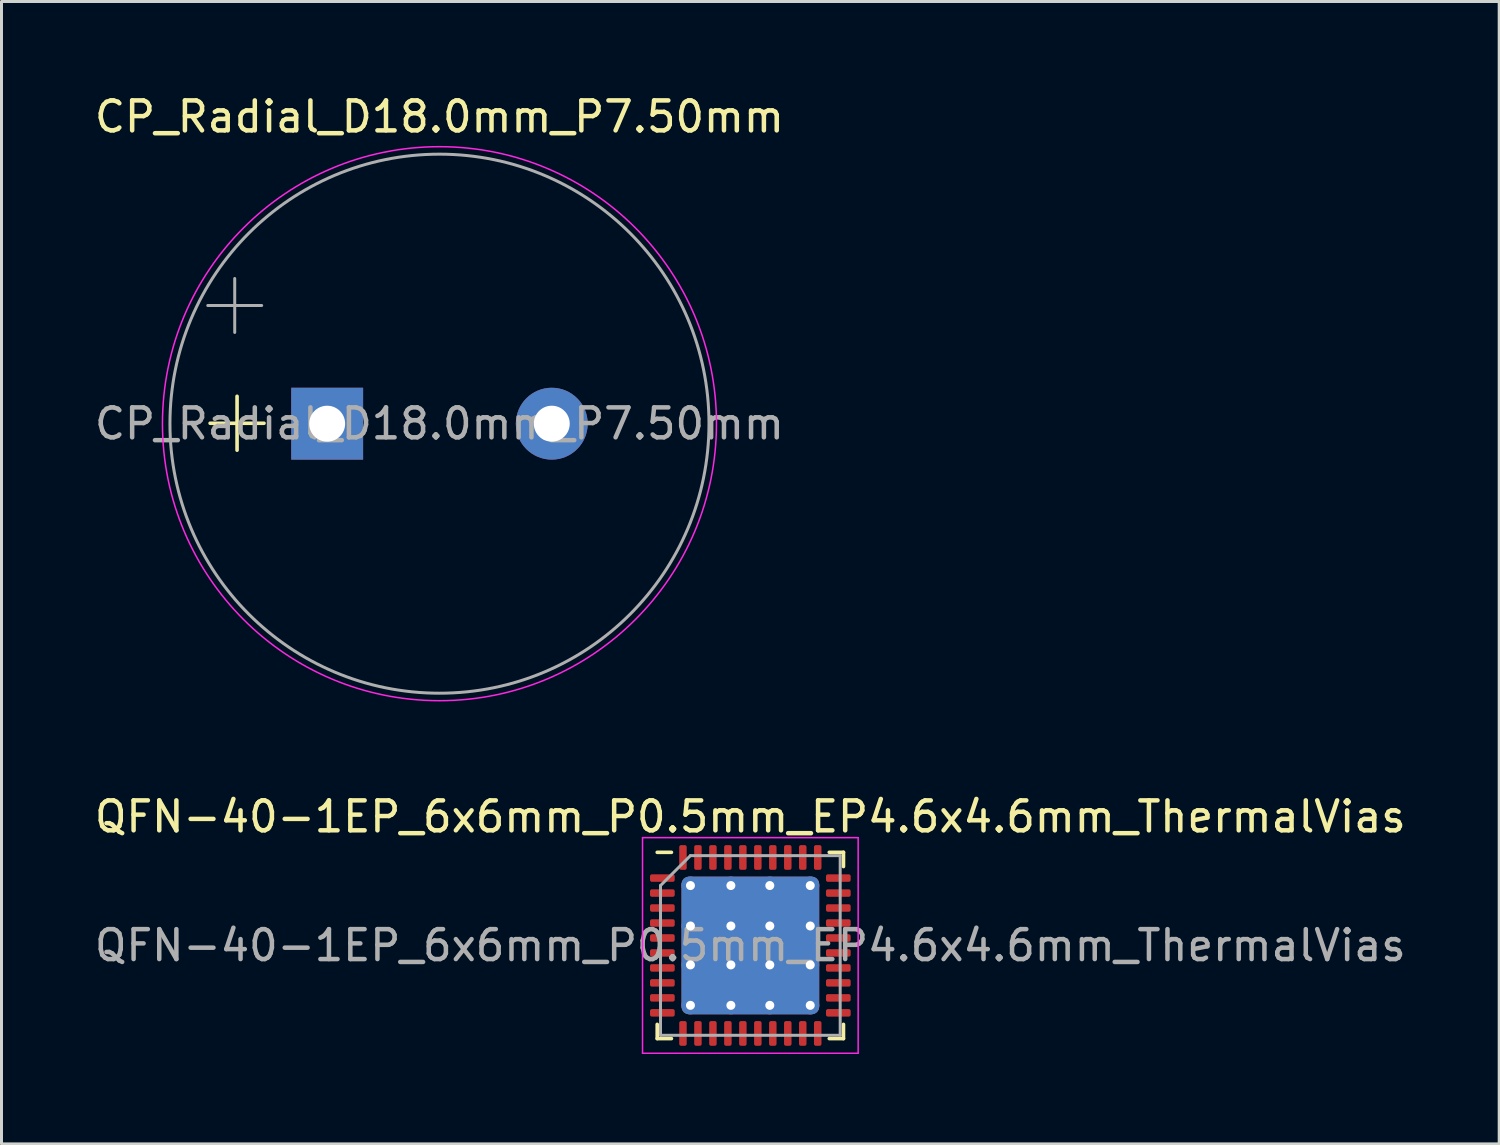
<source format=kicad_pcb>
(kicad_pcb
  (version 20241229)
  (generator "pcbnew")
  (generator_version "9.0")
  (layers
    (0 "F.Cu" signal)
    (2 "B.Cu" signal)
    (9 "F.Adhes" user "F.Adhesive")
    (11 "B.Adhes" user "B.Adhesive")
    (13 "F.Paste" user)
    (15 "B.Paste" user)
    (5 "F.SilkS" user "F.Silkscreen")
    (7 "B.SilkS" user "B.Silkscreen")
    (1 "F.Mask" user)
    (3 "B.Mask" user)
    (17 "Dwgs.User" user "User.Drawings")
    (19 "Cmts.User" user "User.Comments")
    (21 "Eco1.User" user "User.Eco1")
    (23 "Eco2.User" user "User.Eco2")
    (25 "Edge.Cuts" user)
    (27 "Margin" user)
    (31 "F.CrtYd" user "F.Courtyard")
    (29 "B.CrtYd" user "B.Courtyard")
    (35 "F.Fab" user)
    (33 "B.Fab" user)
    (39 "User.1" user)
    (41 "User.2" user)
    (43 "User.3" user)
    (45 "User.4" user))
  (footprint "QFN-40-1EP_6x6mm_P0.5mm_EP4.6x4.6mm_ThermalVias"
    (layer "F.Cu")
    (at 22.006 28.521)
    (property "Reference" "QFN-40-1EP_6x6mm_P0.5mm_EP4.6x4.6mm_ThermalVias" (at 0 -4.3 0) (layer "F.SilkS") (effects (font (size 1 1) (thickness 0.15))))
    (attr smd)
    (fp_line (start -3.11 3.11) (end -3.11 2.635) (stroke (width 0.12) (type solid)) (layer "F.SilkS"))
    (fp_line (start -2.635 -3.11) (end -3.11 -3.11) (stroke (width 0.12) (type solid)) (layer "F.SilkS"))
    (fp_line (start -2.635 3.11) (end -3.11 3.11) (stroke (width 0.12) (type solid)) (layer "F.SilkS"))
    (fp_line (start 2.635 -3.11) (end 3.11 -3.11) (stroke (width 0.12) (type solid)) (layer "F.SilkS"))
    (fp_line (start 2.635 3.11) (end 3.11 3.11) (stroke (width 0.12) (type solid)) (layer "F.SilkS"))
    (fp_line (start 3.11 -3.11) (end 3.11 -2.635) (stroke (width 0.12) (type solid)) (layer "F.SilkS"))
    (fp_line (start 3.11 3.11) (end 3.11 2.635) (stroke (width 0.12) (type solid)) (layer "F.SilkS"))
    (fp_line (start -3.6 -3.6) (end -3.6 3.6) (stroke (width 0.05) (type solid)) (layer "F.CrtYd"))
    (fp_line (start -3.6 3.6) (end 3.6 3.6) (stroke (width 0.05) (type solid)) (layer "F.CrtYd"))
    (fp_line (start 3.6 -3.6) (end -3.6 -3.6) (stroke (width 0.05) (type solid)) (layer "F.CrtYd"))
    (fp_line (start 3.6 3.6) (end 3.6 -3.6) (stroke (width 0.05) (type solid)) (layer "F.CrtYd"))
    (fp_line (start -3 -2) (end -2 -3) (stroke (width 0.1) (type solid)) (layer "F.Fab"))
    (fp_line (start -3 3) (end -3 -2) (stroke (width 0.1) (type solid)) (layer "F.Fab"))
    (fp_line (start -2 -3) (end 3 -3) (stroke (width 0.1) (type solid)) (layer "F.Fab"))
    (fp_line (start 3 -3) (end 3 3) (stroke (width 0.1) (type solid)) (layer "F.Fab"))
    (fp_line (start 3 3) (end -3 3) (stroke (width 0.1) (type solid)) (layer "F.Fab"))
    (fp_text user "${REFERENCE}" (at 0 0 0) (layer "F.Fab") (effects (font (size 1 1) (thickness 0.15))))
    (pad "" smd custom (at -1.538 -1.538) (size 0.786 0.786) (layers "F.Paste") (options (anchor circle)) (primitives (gr_poly (pts (xy -0.34 -0.253) (xy -0.253 -0.34) (xy 0.253 -0.34) (xy 0.34 -0.253) (xy 0.34 0.253) (xy 0.253 0.34) (xy -0.253 0.34) (xy -0.34 0.253)) (width 0.21) (fill yes))))
    (pad "" smd custom (at -1.538 -0.512) (size 0.786 0.786) (layers "F.Paste") (options (anchor circle)) (primitives (gr_poly (pts (xy -0.34 -0.253) (xy -0.253 -0.34) (xy 0.253 -0.34) (xy 0.34 -0.253) (xy 0.34 0.253) (xy 0.253 0.34) (xy -0.253 0.34) (xy -0.34 0.253)) (width 0.21) (fill yes))))
    (pad "" smd custom (at -1.538 0.512) (size 0.786 0.786) (layers "F.Paste") (options (anchor circle)) (primitives (gr_poly (pts (xy -0.34 -0.253) (xy -0.253 -0.34) (xy 0.253 -0.34) (xy 0.34 -0.253) (xy 0.34 0.253) (xy 0.253 0.34) (xy -0.253 0.34) (xy -0.34 0.253)) (width 0.21) (fill yes))))
    (pad "" smd custom (at -1.538 1.538) (size 0.786 0.786) (layers "F.Paste") (options (anchor circle)) (primitives (gr_poly (pts (xy -0.34 -0.253) (xy -0.253 -0.34) (xy 0.253 -0.34) (xy 0.34 -0.253) (xy 0.34 0.253) (xy 0.253 0.34) (xy -0.253 0.34) (xy -0.34 0.253)) (width 0.21) (fill yes))))
    (pad "" smd custom (at -0.512 -1.538) (size 0.786 0.786) (layers "F.Paste") (options (anchor circle)) (primitives (gr_poly (pts (xy -0.34 -0.253) (xy -0.253 -0.34) (xy 0.253 -0.34) (xy 0.34 -0.253) (xy 0.34 0.253) (xy 0.253 0.34) (xy -0.253 0.34) (xy -0.34 0.253)) (width 0.21) (fill yes))))
    (pad "" smd custom (at -0.512 -0.512) (size 0.786 0.786) (layers "F.Paste") (options (anchor circle)) (primitives (gr_poly (pts (xy -0.34 -0.253) (xy -0.253 -0.34) (xy 0.253 -0.34) (xy 0.34 -0.253) (xy 0.34 0.253) (xy 0.253 0.34) (xy -0.253 0.34) (xy -0.34 0.253)) (width 0.21) (fill yes))))
    (pad "" smd custom (at -0.512 0.512) (size 0.786 0.786) (layers "F.Paste") (options (anchor circle)) (primitives (gr_poly (pts (xy -0.34 -0.253) (xy -0.253 -0.34) (xy 0.253 -0.34) (xy 0.34 -0.253) (xy 0.34 0.253) (xy 0.253 0.34) (xy -0.253 0.34) (xy -0.34 0.253)) (width 0.21) (fill yes))))
    (pad "" smd custom (at -0.512 1.538) (size 0.786 0.786) (layers "F.Paste") (options (anchor circle)) (primitives (gr_poly (pts (xy -0.34 -0.253) (xy -0.253 -0.34) (xy 0.253 -0.34) (xy 0.34 -0.253) (xy 0.34 0.253) (xy 0.253 0.34) (xy -0.253 0.34) (xy -0.34 0.253)) (width 0.21) (fill yes))))
    (pad "" smd custom (at 0.512 -1.538) (size 0.786 0.786) (layers "F.Paste") (options (anchor circle)) (primitives (gr_poly (pts (xy -0.34 -0.253) (xy -0.253 -0.34) (xy 0.253 -0.34) (xy 0.34 -0.253) (xy 0.34 0.253) (xy 0.253 0.34) (xy -0.253 0.34) (xy -0.34 0.253)) (width 0.21) (fill yes))))
    (pad "" smd custom (at 0.512 -0.512) (size 0.786 0.786) (layers "F.Paste") (options (anchor circle)) (primitives (gr_poly (pts (xy -0.34 -0.253) (xy -0.253 -0.34) (xy 0.253 -0.34) (xy 0.34 -0.253) (xy 0.34 0.253) (xy 0.253 0.34) (xy -0.253 0.34) (xy -0.34 0.253)) (width 0.21) (fill yes))))
    (pad "" smd custom (at 0.512 0.512) (size 0.786 0.786) (layers "F.Paste") (options (anchor circle)) (primitives (gr_poly (pts (xy -0.34 -0.253) (xy -0.253 -0.34) (xy 0.253 -0.34) (xy 0.34 -0.253) (xy 0.34 0.253) (xy 0.253 0.34) (xy -0.253 0.34) (xy -0.34 0.253)) (width 0.21) (fill yes))))
    (pad "" smd custom (at 0.512 1.538) (size 0.786 0.786) (layers "F.Paste") (options (anchor circle)) (primitives (gr_poly (pts (xy -0.34 -0.253) (xy -0.253 -0.34) (xy 0.253 -0.34) (xy 0.34 -0.253) (xy 0.34 0.253) (xy 0.253 0.34) (xy -0.253 0.34) (xy -0.34 0.253)) (width 0.21) (fill yes))))
    (pad "" smd custom (at 1.538 -1.538) (size 0.786 0.786) (layers "F.Paste") (options (anchor circle)) (primitives (gr_poly (pts (xy -0.34 -0.253) (xy -0.253 -0.34) (xy 0.253 -0.34) (xy 0.34 -0.253) (xy 0.34 0.253) (xy 0.253 0.34) (xy -0.253 0.34) (xy -0.34 0.253)) (width 0.21) (fill yes))))
    (pad "" smd custom (at 1.538 -0.512) (size 0.786 0.786) (layers "F.Paste") (options (anchor circle)) (primitives (gr_poly (pts (xy -0.34 -0.253) (xy -0.253 -0.34) (xy 0.253 -0.34) (xy 0.34 -0.253) (xy 0.34 0.253) (xy 0.253 0.34) (xy -0.253 0.34) (xy -0.34 0.253)) (width 0.21) (fill yes))))
    (pad "" smd custom (at 1.538 0.512) (size 0.786 0.786) (layers "F.Paste") (options (anchor circle)) (primitives (gr_poly (pts (xy -0.34 -0.253) (xy -0.253 -0.34) (xy 0.253 -0.34) (xy 0.34 -0.253) (xy 0.34 0.253) (xy 0.253 0.34) (xy -0.253 0.34) (xy -0.34 0.253)) (width 0.21) (fill yes))))
    (pad "" smd custom (at 1.538 1.538) (size 0.786 0.786) (layers "F.Paste") (options (anchor circle)) (primitives (gr_poly (pts (xy -0.34 -0.253) (xy -0.253 -0.34) (xy 0.253 -0.34) (xy 0.34 -0.253) (xy 0.34 0.253) (xy 0.253 0.34) (xy -0.253 0.34) (xy -0.34 0.253)) (width 0.21) (fill yes))))
    (pad "1" smd roundrect (at -2.938 -2.25) (size 0.825 0.25) (layers "F.Cu" "F.Mask" "F.Paste") (roundrect_rratio 0.25))
    (pad "2" smd roundrect (at -2.938 -1.75) (size 0.825 0.25) (layers "F.Cu" "F.Mask" "F.Paste") (roundrect_rratio 0.25))
    (pad "3" smd roundrect (at -2.938 -1.25) (size 0.825 0.25) (layers "F.Cu" "F.Mask" "F.Paste") (roundrect_rratio 0.25))
    (pad "4" smd roundrect (at -2.938 -0.75) (size 0.825 0.25) (layers "F.Cu" "F.Mask" "F.Paste") (roundrect_rratio 0.25))
    (pad "5" smd roundrect (at -2.938 -0.25) (size 0.825 0.25) (layers "F.Cu" "F.Mask" "F.Paste") (roundrect_rratio 0.25))
    (pad "6" smd roundrect (at -2.938 0.25) (size 0.825 0.25) (layers "F.Cu" "F.Mask" "F.Paste") (roundrect_rratio 0.25))
    (pad "7" smd roundrect (at -2.938 0.75) (size 0.825 0.25) (layers "F.Cu" "F.Mask" "F.Paste") (roundrect_rratio 0.25))
    (pad "8" smd roundrect (at -2.938 1.25) (size 0.825 0.25) (layers "F.Cu" "F.Mask" "F.Paste") (roundrect_rratio 0.25))
    (pad "9" smd roundrect (at -2.938 1.75) (size 0.825 0.25) (layers "F.Cu" "F.Mask" "F.Paste") (roundrect_rratio 0.25))
    (pad "10" smd roundrect (at -2.938 2.25) (size 0.825 0.25) (layers "F.Cu" "F.Mask" "F.Paste") (roundrect_rratio 0.25))
    (pad "11" smd roundrect (at -2.25 2.938) (size 0.25 0.825) (layers "F.Cu" "F.Mask" "F.Paste") (roundrect_rratio 0.25))
    (pad "12" smd roundrect (at -1.75 2.938) (size 0.25 0.825) (layers "F.Cu" "F.Mask" "F.Paste") (roundrect_rratio 0.25))
    (pad "13" smd roundrect (at -1.25 2.938) (size 0.25 0.825) (layers "F.Cu" "F.Mask" "F.Paste") (roundrect_rratio 0.25))
    (pad "14" smd roundrect (at -0.75 2.938) (size 0.25 0.825) (layers "F.Cu" "F.Mask" "F.Paste") (roundrect_rratio 0.25))
    (pad "15" smd roundrect (at -0.25 2.938) (size 0.25 0.825) (layers "F.Cu" "F.Mask" "F.Paste") (roundrect_rratio 0.25))
    (pad "16" smd roundrect (at 0.25 2.938) (size 0.25 0.825) (layers "F.Cu" "F.Mask" "F.Paste") (roundrect_rratio 0.25))
    (pad "17" smd roundrect (at 0.75 2.938) (size 0.25 0.825) (layers "F.Cu" "F.Mask" "F.Paste") (roundrect_rratio 0.25))
    (pad "18" smd roundrect (at 1.25 2.938) (size 0.25 0.825) (layers "F.Cu" "F.Mask" "F.Paste") (roundrect_rratio 0.25))
    (pad "19" smd roundrect (at 1.75 2.938) (size 0.25 0.825) (layers "F.Cu" "F.Mask" "F.Paste") (roundrect_rratio 0.25))
    (pad "20" smd roundrect (at 2.25 2.938) (size 0.25 0.825) (layers "F.Cu" "F.Mask" "F.Paste") (roundrect_rratio 0.25))
    (pad "21" smd roundrect (at 2.938 2.25) (size 0.825 0.25) (layers "F.Cu" "F.Mask" "F.Paste") (roundrect_rratio 0.25))
    (pad "22" smd roundrect (at 2.938 1.75) (size 0.825 0.25) (layers "F.Cu" "F.Mask" "F.Paste") (roundrect_rratio 0.25))
    (pad "23" smd roundrect (at 2.938 1.25) (size 0.825 0.25) (layers "F.Cu" "F.Mask" "F.Paste") (roundrect_rratio 0.25))
    (pad "24" smd roundrect (at 2.938 0.75) (size 0.825 0.25) (layers "F.Cu" "F.Mask" "F.Paste") (roundrect_rratio 0.25))
    (pad "25" smd roundrect (at 2.938 0.25) (size 0.825 0.25) (layers "F.Cu" "F.Mask" "F.Paste") (roundrect_rratio 0.25))
    (pad "26" smd roundrect (at 2.938 -0.25) (size 0.825 0.25) (layers "F.Cu" "F.Mask" "F.Paste") (roundrect_rratio 0.25))
    (pad "27" smd roundrect (at 2.938 -0.75) (size 0.825 0.25) (layers "F.Cu" "F.Mask" "F.Paste") (roundrect_rratio 0.25))
    (pad "28" smd roundrect (at 2.938 -1.25) (size 0.825 0.25) (layers "F.Cu" "F.Mask" "F.Paste") (roundrect_rratio 0.25))
    (pad "29" smd roundrect (at 2.938 -1.75) (size 0.825 0.25) (layers "F.Cu" "F.Mask" "F.Paste") (roundrect_rratio 0.25))
    (pad "30" smd roundrect (at 2.938 -2.25) (size 0.825 0.25) (layers "F.Cu" "F.Mask" "F.Paste") (roundrect_rratio 0.25))
    (pad "31" smd roundrect (at 2.25 -2.938) (size 0.25 0.825) (layers "F.Cu" "F.Mask" "F.Paste") (roundrect_rratio 0.25))
    (pad "32" smd roundrect (at 1.75 -2.938) (size 0.25 0.825) (layers "F.Cu" "F.Mask" "F.Paste") (roundrect_rratio 0.25))
    (pad "33" smd roundrect (at 1.25 -2.938) (size 0.25 0.825) (layers "F.Cu" "F.Mask" "F.Paste") (roundrect_rratio 0.25))
    (pad "34" smd roundrect (at 0.75 -2.938) (size 0.25 0.825) (layers "F.Cu" "F.Mask" "F.Paste") (roundrect_rratio 0.25))
    (pad "35" smd roundrect (at 0.25 -2.938) (size 0.25 0.825) (layers "F.Cu" "F.Mask" "F.Paste") (roundrect_rratio 0.25))
    (pad "36" smd roundrect (at -0.25 -2.938) (size 0.25 0.825) (layers "F.Cu" "F.Mask" "F.Paste") (roundrect_rratio 0.25))
    (pad "37" smd roundrect (at -0.75 -2.938) (size 0.25 0.825) (layers "F.Cu" "F.Mask" "F.Paste") (roundrect_rratio 0.25))
    (pad "38" smd roundrect (at -1.25 -2.938) (size 0.25 0.825) (layers "F.Cu" "F.Mask" "F.Paste") (roundrect_rratio 0.25))
    (pad "39" smd roundrect (at -1.75 -2.938) (size 0.25 0.825) (layers "F.Cu" "F.Mask" "F.Paste") (roundrect_rratio 0.25))
    (pad "40" smd roundrect (at -2.25 -2.938) (size 0.25 0.825) (layers "F.Cu" "F.Mask" "F.Paste") (roundrect_rratio 0.25))
    (pad "41" thru_hole circle (at -2 -2 90) (size 0.6 0.6) (drill 0.3) (layers "*.Cu"))
    (pad "41" thru_hole circle (at -2 -0.65 90) (size 0.6 0.6) (drill 0.3) (layers "*.Cu"))
    (pad "41" thru_hole circle (at -2 0.65 90) (size 0.6 0.6) (drill 0.3) (layers "*.Cu"))
    (pad "41" thru_hole circle (at -2 2 90) (size 0.6 0.6) (drill 0.3) (layers "*.Cu"))
    (pad "41" thru_hole circle (at -0.65 -2 90) (size 0.6 0.6) (drill 0.3) (layers "*.Cu"))
    (pad "41" thru_hole circle (at -0.65 -0.65 90) (size 0.6 0.6) (drill 0.3) (layers "*.Cu"))
    (pad "41" thru_hole circle (at -0.65 0.65 90) (size 0.6 0.6) (drill 0.3) (layers "*.Cu"))
    (pad "41" thru_hole circle (at -0.65 2 90) (size 0.6 0.6) (drill 0.3) (layers "*.Cu"))
    (pad "41" smd roundrect (at 0 0) (size 4.6 4.6) (layers "F.Cu" "F.Mask") (roundrect_rratio 0.054))
    (pad "41" smd roundrect (at 0 0) (size 4.6 4.6) (layers "B.Cu") (roundrect_rratio 0.054))
    (pad "41" thru_hole circle (at 0.65 -2 90) (size 0.6 0.6) (drill 0.3) (layers "*.Cu"))
    (pad "41" thru_hole circle (at 0.65 -0.65 90) (size 0.6 0.6) (drill 0.3) (layers "*.Cu"))
    (pad "41" thru_hole circle (at 0.65 0.65 90) (size 0.6 0.6) (drill 0.3) (layers "*.Cu"))
    (pad "41" thru_hole circle (at 0.65 2 90) (size 0.6 0.6) (drill 0.3) (layers "*.Cu"))
    (pad "41" thru_hole circle (at 2 -2 90) (size 0.6 0.6) (drill 0.3) (layers "*.Cu"))
    (pad "41" thru_hole circle (at 2 -0.65 90) (size 0.6 0.6) (drill 0.3) (layers "*.Cu"))
    (pad "41" thru_hole circle (at 2 0.65 90) (size 0.6 0.6) (drill 0.3) (layers "*.Cu"))
    (pad "41" thru_hole circle (at 2 2 90) (size 0.6 0.6) (drill 0.3) (layers "*.Cu")))
  (footprint "CP_Radial_D18.0mm_P7.50mm"
    (layer "F.Cu")
    (at 7.875 11.098)
    (property "Reference" "CP_Radial_D18.0mm_P7.50mm" (at 3.75 -10.25 0) (layer "F.SilkS") (effects (font (size 1 1) (thickness 0.15))))
    (attr through_hole)
    (fp_line (start -3.909 -0.015) (end -2.109 -0.015) (stroke (width 0.12) (type solid)) (layer "F.SilkS"))
    (fp_line (start -3.009 -0.915) (end -3.009 0.885) (stroke (width 0.12) (type solid)) (layer "F.SilkS"))
    (fp_circle (center 3.75 0) (end 13 0) (stroke (width 0.05) (type solid)) (fill no) (layer "F.CrtYd"))
    (fp_line (start -3.987 -3.947) (end -2.187 -3.947) (stroke (width 0.1) (type solid)) (layer "F.Fab"))
    (fp_line (start -3.087 -4.848) (end -3.087 -3.047) (stroke (width 0.1) (type solid)) (layer "F.Fab"))
    (fp_circle (center 3.75 0) (end 12.75 0) (stroke (width 0.1) (type solid)) (fill no) (layer "F.Fab"))
    (fp_text user "${REFERENCE}" (at 3.75 0 0) (layer "F.Fab") (effects (font (size 1 1) (thickness 0.15))))
    (pad "1" thru_hole rect (at 0 0) (size 2.4 2.4) (drill 1.2) (layers "*.Cu" "*.Mask"))
    (pad "2" thru_hole circle (at 7.5 0) (size 2.4 2.4) (drill 1.2) (layers "*.Cu" "*.Mask")))
  (gr_rect
    (start -3 -3)
    (end 47.012 35.147)
    (stroke (width 0.1) (type default))
    (fill no)
    (layer "Edge.Cuts")))
</source>
